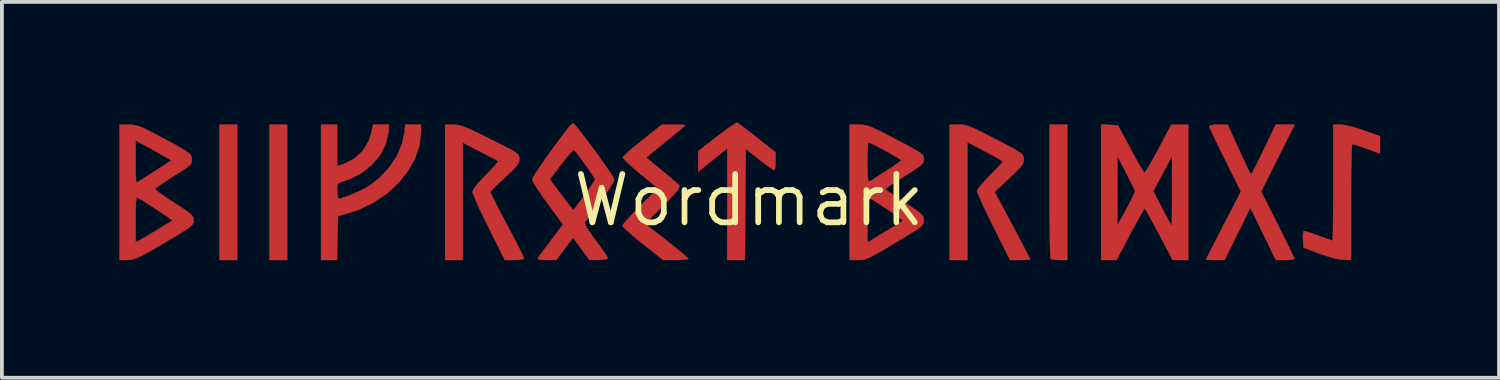
<source format=kicad_pcb>
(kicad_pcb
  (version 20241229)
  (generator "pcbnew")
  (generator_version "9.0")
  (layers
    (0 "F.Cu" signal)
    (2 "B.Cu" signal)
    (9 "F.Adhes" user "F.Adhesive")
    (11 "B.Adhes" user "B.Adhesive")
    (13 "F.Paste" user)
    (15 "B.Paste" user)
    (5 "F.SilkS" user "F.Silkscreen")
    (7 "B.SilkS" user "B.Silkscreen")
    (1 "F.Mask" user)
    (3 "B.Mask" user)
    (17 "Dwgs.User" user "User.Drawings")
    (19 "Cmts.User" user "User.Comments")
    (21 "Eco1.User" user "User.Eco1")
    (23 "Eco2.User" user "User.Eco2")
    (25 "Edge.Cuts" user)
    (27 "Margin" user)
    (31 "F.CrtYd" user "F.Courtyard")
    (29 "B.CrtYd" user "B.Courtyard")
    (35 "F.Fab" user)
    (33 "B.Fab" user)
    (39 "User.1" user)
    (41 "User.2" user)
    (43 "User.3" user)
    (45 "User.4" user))
  (footprint "Wordmark"
    (layer "F.Cu")
    (at 16.621 2.209)
    (property "Reference" "Wordmark" (at 0 0 0) (layer "F.SilkS") (effects (font (size 1.27 1.27) (thickness 0.15))))
    (attr through_hole)
    (fp_poly (pts (xy -13.441 1.569) (xy -13.907 1.569) (xy -13.907 -1.987) (xy -13.441 -1.987) (xy -13.441 1.569)) (stroke (width 0.01) (type solid)) (fill yes) (layer "F.Cu"))
    (fp_poly (pts (xy -12.129 1.569) (xy -12.595 1.569) (xy -12.595 -1.987) (xy -12.129 -1.987) (xy -12.129 1.569)) (stroke (width 0.01) (type solid)) (fill yes) (layer "F.Cu"))
    (fp_poly (pts (xy 8.36 1.569) (xy 8.156 1.569) (xy 8.03 1.564) (xy 7.943 1.55) (xy 7.923 1.541) (xy 7.917 1.494) (xy 7.911 1.371) (xy 7.906 1.182) (xy 7.902 0.935) (xy 7.898 0.639) (xy 7.896 0.304) (xy 7.895 -0.062) (xy 7.895 -0.237) (xy 7.895 -1.987) (xy 8.36 -1.987) (xy 8.36 1.569)) (stroke (width 0.01) (type solid)) (fill yes) (layer "F.Cu"))
    (fp_poly (pts (xy -0.27 -2.011) (xy -0.171 -1.939) (xy -0.032 -1.833) (xy 0.135 -1.703) (xy 0.211 -1.643) (xy 0.698 -1.257) (xy 0.698 -1.036) (xy 0.693 -0.906) (xy 0.682 -0.815) (xy 0.672 -0.79) (xy 0.631 -0.804) (xy 0.539 -0.863) (xy 0.41 -0.957) (xy 0.281 -1.058) (xy -0.085 -1.352) (xy -0.096 0.108) (xy -0.107 1.569) (xy -0.572 1.569) (xy -0.572 -1.362) (xy -0.762 -1.209) (xy -0.914 -1.087) (xy -1.078 -0.955) (xy -1.143 -0.902) (xy -1.334 -0.749) (xy -1.334 -1.289) (xy -0.844 -1.669) (xy -0.668 -1.803) (xy -0.515 -1.915) (xy -0.397 -1.996) (xy -0.327 -2.037) (xy -0.315 -2.04) (xy -0.27 -2.011)) (stroke (width 0.01) (type solid)) (fill yes) (layer "F.Cu"))
    (fp_poly (pts (xy 15.663 -1.971) (xy 15.847 -1.928) (xy 16.059 -1.864) (xy 16.146 -1.833) (xy 16.573 -1.68) (xy 16.573 -1.226) (xy 16.226 -1.352) (xy 16.066 -1.409) (xy 15.937 -1.453) (xy 15.858 -1.476) (xy 15.845 -1.479) (xy 15.837 -1.438) (xy 15.83 -1.322) (xy 15.824 -1.14) (xy 15.818 -0.902) (xy 15.814 -0.617) (xy 15.812 -0.295) (xy 15.811 0.045) (xy 15.811 1.569) (xy 15.61 1.565) (xy 15.465 1.545) (xy 15.267 1.495) (xy 15.041 1.421) (xy 14.986 1.401) (xy 14.562 1.242) (xy 14.549 1.025) (xy 14.549 0.899) (xy 14.564 0.821) (xy 14.578 0.807) (xy 14.635 0.821) (xy 14.749 0.858) (xy 14.901 0.911) (xy 14.964 0.934) (xy 15.121 0.991) (xy 15.245 1.035) (xy 15.317 1.059) (xy 15.327 1.061) (xy 15.331 1.021) (xy 15.335 0.905) (xy 15.339 0.723) (xy 15.341 0.485) (xy 15.344 0.2) (xy 15.345 -0.123) (xy 15.345 -0.463) (xy 15.345 -1.987) (xy 15.533 -1.987) (xy 15.663 -1.971)) (stroke (width 0.01) (type solid)) (fill yes) (layer "F.Cu"))
    (fp_poly (pts (xy -10.817 -0.89) (xy -10.645 -0.95) (xy -10.37 -1.089) (xy -10.151 -1.289) (xy -9.994 -1.541) (xy -9.923 -1.757) (xy -9.872 -1.987) (xy -9.45 -1.987) (xy -9.474 -1.76) (xy -9.545 -1.463) (xy -9.691 -1.183) (xy -9.902 -0.932) (xy -10.167 -0.721) (xy -10.476 -0.559) (xy -10.637 -0.503) (xy -10.744 -0.467) (xy -10.797 -0.425) (xy -10.815 -0.349) (xy -10.817 -0.244) (xy -10.809 -0.126) (xy -10.79 -0.052) (xy -10.776 -0.039) (xy -10.689 -0.057) (xy -10.551 -0.105) (xy -10.384 -0.171) (xy -10.213 -0.248) (xy -10.061 -0.325) (xy -9.978 -0.373) (xy -9.691 -0.597) (xy -9.443 -0.867) (xy -9.246 -1.168) (xy -9.112 -1.482) (xy -9.056 -1.741) (xy -9.028 -1.987) (xy -8.615 -1.987) (xy -8.615 -1.779) (xy -8.656 -1.432) (xy -8.774 -1.09) (xy -8.96 -0.762) (xy -9.207 -0.455) (xy -9.506 -0.18) (xy -9.85 0.055) (xy -10.23 0.24) (xy -10.529 0.341) (xy -10.796 0.414) (xy -10.819 1.569) (xy -11.24 1.569) (xy -11.24 -1.987) (xy -10.817 -1.987) (xy -10.817 -0.89)) (stroke (width 0.01) (type solid)) (fill yes) (layer "F.Cu"))
    (fp_poly (pts (xy 13.451 -0.23) (xy 13.888 0.638) (xy 14.013 0.887) (xy 14.124 1.111) (xy 14.216 1.299) (xy 14.283 1.439) (xy 14.321 1.521) (xy 14.327 1.538) (xy 14.29 1.555) (xy 14.191 1.566) (xy 14.083 1.569) (xy 13.837 1.569) (xy 13.502 0.881) (xy 13.168 0.194) (xy 12.491 1.569) (xy 12.246 1.569) (xy 12.115 1.568) (xy 12.026 1.563) (xy 12.001 1.558) (xy 12.02 1.519) (xy 12.072 1.416) (xy 12.152 1.258) (xy 12.256 1.057) (xy 12.377 0.822) (xy 12.461 0.659) (xy 12.921 -0.23) (xy 12.504 -1.066) (xy 12.382 -1.311) (xy 12.274 -1.532) (xy 12.186 -1.716) (xy 12.122 -1.853) (xy 12.089 -1.931) (xy 12.086 -1.944) (xy 12.124 -1.967) (xy 12.225 -1.982) (xy 12.329 -1.986) (xy 12.572 -1.986) (xy 12.869 -1.332) (xy 12.967 -1.116) (xy 13.055 -0.931) (xy 13.124 -0.788) (xy 13.171 -0.7) (xy 13.186 -0.677) (xy 13.211 -0.714) (xy 13.265 -0.814) (xy 13.343 -0.966) (xy 13.437 -1.158) (xy 13.522 -1.332) (xy 13.836 -1.987) (xy 14.33 -1.987) (xy 13.451 -0.23)) (stroke (width 0.01) (type solid)) (fill yes) (layer "F.Cu"))
    (fp_poly (pts (xy 5.595 -1.984) (xy 5.68 -1.971) (xy 5.775 -1.944) (xy 5.893 -1.897) (xy 6.047 -1.824) (xy 6.251 -1.721) (xy 6.48 -1.602) (xy 6.733 -1.47) (xy 6.92 -1.371) (xy 7.051 -1.296) (xy 7.137 -1.239) (xy 7.186 -1.194) (xy 7.21 -1.152) (xy 7.217 -1.108) (xy 7.217 -1.077) (xy 7.21 -1.01) (xy 7.182 -0.943) (xy 7.123 -0.863) (xy 7.022 -0.757) (xy 6.869 -0.611) (xy 6.834 -0.578) (xy 6.451 -0.22) (xy 6.919 0.657) (xy 7.051 0.905) (xy 7.168 1.128) (xy 7.266 1.314) (xy 7.338 1.453) (xy 7.379 1.535) (xy 7.387 1.552) (xy 7.348 1.561) (xy 7.248 1.567) (xy 7.122 1.569) (xy 6.857 1.569) (xy 6.423 0.701) (xy 6.299 0.449) (xy 6.188 0.219) (xy 6.097 0.023) (xy 6.031 -0.127) (xy 5.995 -0.22) (xy 5.99 -0.242) (xy 6.018 -0.3) (xy 6.096 -0.402) (xy 6.211 -0.532) (xy 6.328 -0.653) (xy 6.463 -0.789) (xy 6.573 -0.904) (xy 6.645 -0.983) (xy 6.667 -1.014) (xy 6.632 -1.041) (xy 6.536 -1.1) (xy 6.393 -1.18) (xy 6.218 -1.274) (xy 6.201 -1.282) (xy 5.736 -1.527) (xy 5.736 1.569) (xy 5.27 1.569) (xy 5.27 -1.987) (xy 5.507 -1.987) (xy 5.595 -1.984)) (stroke (width 0.01) (type solid)) (fill yes) (layer "F.Cu"))
    (fp_poly (pts (xy -1.831 -1.984) (xy -1.722 -1.979) (xy -1.673 -1.971) (xy -1.673 -1.97) (xy -1.704 -1.939) (xy -1.79 -1.865) (xy -1.92 -1.757) (xy -2.082 -1.625) (xy -2.181 -1.546) (xy -2.356 -1.404) (xy -2.505 -1.282) (xy -2.616 -1.189) (xy -2.679 -1.134) (xy -2.689 -1.123) (xy -2.658 -1.092) (xy -2.574 -1.019) (xy -2.449 -0.915) (xy -2.297 -0.79) (xy -2.292 -0.786) (xy -2.132 -0.654) (xy -1.993 -0.537) (xy -1.891 -0.446) (xy -1.84 -0.397) (xy -1.826 -0.365) (xy -1.838 -0.32) (xy -1.882 -0.253) (xy -1.967 -0.155) (xy -2.099 -0.017) (xy -2.257 0.143) (xy -2.729 0.617) (xy -2.16 1.061) (xy -1.973 1.209) (xy -1.812 1.34) (xy -1.687 1.445) (xy -1.61 1.514) (xy -1.589 1.538) (xy -1.628 1.552) (xy -1.731 1.564) (xy -1.878 1.569) (xy -1.922 1.569) (xy -2.256 1.569) (xy -2.79 1.146) (xy -2.971 1) (xy -3.125 0.869) (xy -3.242 0.763) (xy -3.311 0.693) (xy -3.324 0.671) (xy -3.295 0.624) (xy -3.216 0.53) (xy -3.098 0.399) (xy -2.95 0.244) (xy -2.859 0.152) (xy -2.395 -0.315) (xy -2.859 -0.696) (xy -3.025 -0.836) (xy -3.163 -0.96) (xy -3.262 -1.058) (xy -3.311 -1.119) (xy -3.313 -1.129) (xy -3.278 -1.172) (xy -3.187 -1.257) (xy -3.053 -1.373) (xy -2.888 -1.509) (xy -2.795 -1.583) (xy -2.287 -1.985) (xy -1.98 -1.986) (xy -1.831 -1.984)) (stroke (width 0.01) (type solid)) (fill yes) (layer "F.Cu"))
    (fp_poly (pts (xy -7.685 -1.982) (xy -7.595 -1.965) (xy -7.487 -1.93) (xy -7.348 -1.873) (xy -7.165 -1.788) (xy -6.925 -1.671) (xy -6.795 -1.605) (xy -6.537 -1.476) (xy -6.345 -1.378) (xy -6.209 -1.304) (xy -6.12 -1.248) (xy -6.067 -1.203) (xy -6.042 -1.163) (xy -6.034 -1.12) (xy -6.033 -1.084) (xy -6.04 -1.017) (xy -6.069 -0.951) (xy -6.129 -0.872) (xy -6.231 -0.766) (xy -6.385 -0.621) (xy -6.414 -0.594) (xy -6.561 -0.457) (xy -6.681 -0.34) (xy -6.763 -0.255) (xy -6.795 -0.213) (xy -6.795 -0.213) (xy -6.776 -0.168) (xy -6.722 -0.059) (xy -6.64 0.102) (xy -6.535 0.304) (xy -6.413 0.537) (xy -6.351 0.654) (xy -6.222 0.898) (xy -6.108 1.117) (xy -6.014 1.3) (xy -5.946 1.437) (xy -5.91 1.516) (xy -5.906 1.529) (xy -5.944 1.55) (xy -6.044 1.565) (xy -6.16 1.569) (xy -6.414 1.569) (xy -6.837 0.723) (xy -6.96 0.473) (xy -7.07 0.243) (xy -7.159 0.046) (xy -7.223 -0.105) (xy -7.257 -0.198) (xy -7.261 -0.218) (xy -7.227 -0.3) (xy -7.129 -0.431) (xy -6.967 -0.607) (xy -6.914 -0.662) (xy -6.779 -0.799) (xy -6.672 -0.914) (xy -6.604 -0.994) (xy -6.586 -1.026) (xy -6.628 -1.051) (xy -6.731 -1.106) (xy -6.879 -1.184) (xy -7.056 -1.276) (xy -7.06 -1.278) (xy -7.515 -1.513) (xy -7.515 1.569) (xy -7.98 1.569) (xy -7.98 -1.987) (xy -7.768 -1.987) (xy -7.685 -1.982)) (stroke (width 0.01) (type solid)) (fill yes) (layer "F.Cu"))
    (fp_poly (pts (xy 9.47 -1.978) (xy 9.69 -1.966) (xy 10.019 -1.352) (xy 10.131 -1.146) (xy 10.231 -0.968) (xy 10.312 -0.83) (xy 10.367 -0.746) (xy 10.385 -0.726) (xy 10.416 -0.758) (xy 10.478 -0.853) (xy 10.564 -0.999) (xy 10.668 -1.185) (xy 10.756 -1.35) (xy 11.091 -1.985) (xy 11.535 -1.987) (xy 11.535 1.569) (xy 11.128 1.569) (xy 10.771 0.893) (xy 10.655 0.677) (xy 10.553 0.489) (xy 10.471 0.342) (xy 10.415 0.247) (xy 10.392 0.216) (xy 10.367 0.252) (xy 10.308 0.35) (xy 10.224 0.5) (xy 10.12 0.69) (xy 10.011 0.892) (xy 9.652 1.569) (xy 9.45 1.569) (xy 9.249 1.569) (xy 9.249 0.659) (xy 9.674 0.659) (xy 9.783 0.469) (xy 9.865 0.321) (xy 9.959 0.145) (xy 10.015 0.036) (xy 10.079 -0.094) (xy 10.123 -0.194) (xy 10.138 -0.239) (xy 10.619 -0.239) (xy 10.855 0.22) (xy 10.946 0.396) (xy 11.023 0.541) (xy 11.077 0.64) (xy 11.101 0.68) (xy 11.101 0.68) (xy 11.104 0.64) (xy 11.107 0.527) (xy 11.109 0.354) (xy 11.111 0.133) (xy 11.111 -0.125) (xy 11.111 -0.24) (xy 11.111 -1.161) (xy 10.865 -0.7) (xy 10.619 -0.239) (xy 10.138 -0.239) (xy 10.138 -0.239) (xy 10.119 -0.288) (xy 10.069 -0.395) (xy 9.994 -0.545) (xy 9.906 -0.717) (xy 9.676 -1.161) (xy 9.675 -0.251) (xy 9.674 0.659) (xy 9.249 0.659) (xy 9.249 -1.991) (xy 9.47 -1.978)) (stroke (width 0.01) (type solid)) (fill yes) (layer "F.Cu"))
    (fp_poly (pts (xy -4.588 -1.995) (xy -4.511 -1.906) (xy -4.403 -1.772) (xy -4.275 -1.604) (xy -4.134 -1.416) (xy -3.99 -1.22) (xy -3.852 -1.027) (xy -3.728 -0.85) (xy -3.628 -0.702) (xy -3.561 -0.595) (xy -3.535 -0.54) (xy -3.535 -0.539) (xy -3.56 -0.478) (xy -3.627 -0.365) (xy -3.728 -0.213) (xy -3.854 -0.037) (xy -3.908 0.036) (xy -4.043 0.216) (xy -4.16 0.374) (xy -4.251 0.497) (xy -4.304 0.571) (xy -4.313 0.584) (xy -4.301 0.64) (xy -4.24 0.752) (xy -4.133 0.91) (xy -4.024 1.059) (xy -3.902 1.223) (xy -3.802 1.365) (xy -3.733 1.47) (xy -3.705 1.523) (xy -3.705 1.525) (xy -3.744 1.55) (xy -3.849 1.565) (xy -3.948 1.568) (xy -4.191 1.566) (xy -4.406 1.274) (xy -4.621 0.981) (xy -5.061 1.569) (xy -5.316 1.569) (xy -5.461 1.565) (xy -5.533 1.55) (xy -5.544 1.522) (xy -5.541 1.516) (xy -5.504 1.463) (xy -5.427 1.358) (xy -5.322 1.216) (xy -5.199 1.052) (xy -5.197 1.049) (xy -4.884 0.635) (xy -5.289 0.085) (xy -5.427 -0.107) (xy -5.545 -0.28) (xy -5.633 -0.422) (xy -5.685 -0.518) (xy -5.694 -0.547) (xy -5.23 -0.547) (xy -4.928 -0.145) (xy -4.81 0.011) (xy -4.711 0.139) (xy -4.642 0.225) (xy -4.614 0.257) (xy -4.585 0.225) (xy -4.518 0.138) (xy -4.422 0.01) (xy -4.323 -0.125) (xy -4.21 -0.282) (xy -4.12 -0.416) (xy -4.061 -0.512) (xy -4.043 -0.551) (xy -4.067 -0.596) (xy -4.129 -0.692) (xy -4.218 -0.822) (xy -4.322 -0.967) (xy -4.428 -1.11) (xy -4.523 -1.235) (xy -4.594 -1.322) (xy -4.629 -1.303) (xy -4.702 -1.228) (xy -4.804 -1.108) (xy -4.924 -0.955) (xy -4.927 -0.951) (xy -5.23 -0.547) (xy -5.694 -0.547) (xy -5.694 -0.549) (xy -5.67 -0.602) (xy -5.605 -0.71) (xy -5.507 -0.858) (xy -5.385 -1.035) (xy -5.248 -1.228) (xy -5.106 -1.424) (xy -4.967 -1.612) (xy -4.84 -1.779) (xy -4.735 -1.912) (xy -4.66 -1.999) (xy -4.626 -2.027) (xy -4.588 -1.995)) (stroke (width 0.01) (type solid)) (fill yes) (layer "F.Cu"))
    (fp_poly (pts (xy -16.288 -1.985) (xy -16.197 -1.981) (xy -16.11 -1.968) (xy -16.016 -1.941) (xy -15.9 -1.893) (xy -15.747 -1.819) (xy -15.546 -1.714) (xy -15.346 -1.607) (xy -15.102 -1.476) (xy -14.922 -1.376) (xy -14.797 -1.301) (xy -14.716 -1.244) (xy -14.669 -1.197) (xy -14.646 -1.152) (xy -14.637 -1.103) (xy -14.635 -1.086) (xy -14.632 -1.026) (xy -14.644 -0.977) (xy -14.68 -0.927) (xy -14.752 -0.867) (xy -14.871 -0.786) (xy -15.047 -0.674) (xy -15.111 -0.633) (xy -15.29 -0.519) (xy -15.439 -0.419) (xy -15.546 -0.342) (xy -15.598 -0.298) (xy -15.6 -0.292) (xy -15.567 -0.258) (xy -15.474 -0.189) (xy -15.335 -0.092) (xy -15.163 0.023) (xy -15.092 0.068) (xy -14.892 0.198) (xy -14.752 0.294) (xy -14.662 0.364) (xy -14.612 0.42) (xy -14.59 0.47) (xy -14.584 0.526) (xy -14.584 0.528) (xy -14.587 0.575) (xy -14.603 0.617) (xy -14.64 0.663) (xy -14.708 0.719) (xy -14.815 0.792) (xy -14.972 0.89) (xy -15.187 1.019) (xy -15.35 1.116) (xy -15.611 1.269) (xy -15.811 1.383) (xy -15.962 1.465) (xy -16.077 1.518) (xy -16.166 1.55) (xy -16.243 1.565) (xy -16.319 1.569) (xy -16.324 1.569) (xy -16.532 1.569) (xy -16.532 0.512) (xy -16.108 0.512) (xy -16.108 1.107) (xy -16.015 1.057) (xy -15.941 1.015) (xy -15.814 0.94) (xy -15.655 0.845) (xy -15.539 0.776) (xy -15.381 0.679) (xy -15.252 0.601) (xy -15.168 0.549) (xy -15.144 0.533) (xy -15.172 0.508) (xy -15.256 0.447) (xy -15.38 0.363) (xy -15.529 0.264) (xy -15.686 0.161) (xy -15.835 0.065) (xy -15.962 -0.014) (xy -16.05 -0.066) (xy -16.083 -0.082) (xy -16.092 -0.042) (xy -16.1 0.067) (xy -16.105 0.231) (xy -16.108 0.434) (xy -16.108 0.512) (xy -16.532 0.512) (xy -16.532 -1.016) (xy -16.108 -1.016) (xy -16.107 -0.811) (xy -16.103 -0.64) (xy -16.098 -0.519) (xy -16.091 -0.464) (xy -16.09 -0.463) (xy -16.049 -0.484) (xy -15.952 -0.544) (xy -15.811 -0.632) (xy -15.643 -0.74) (xy -15.621 -0.754) (xy -15.171 -1.045) (xy -15.311 -1.129) (xy -15.415 -1.188) (xy -15.565 -1.273) (xy -15.734 -1.366) (xy -15.78 -1.391) (xy -16.108 -1.569) (xy -16.108 -1.016) (xy -16.532 -1.016) (xy -16.532 -1.987) (xy -16.288 -1.985)) (stroke (width 0.01) (type solid)) (fill yes) (layer "F.Cu"))
    (fp_poly (pts (xy 2.972 -1.984) (xy 3.057 -1.972) (xy 3.15 -1.945) (xy 3.266 -1.898) (xy 3.418 -1.827) (xy 3.619 -1.725) (xy 3.858 -1.6) (xy 4.11 -1.467) (xy 4.296 -1.366) (xy 4.427 -1.291) (xy 4.513 -1.233) (xy 4.562 -1.188) (xy 4.585 -1.146) (xy 4.592 -1.102) (xy 4.593 -1.081) (xy 4.588 -1.026) (xy 4.566 -0.976) (xy 4.517 -0.922) (xy 4.428 -0.854) (xy 4.29 -0.761) (xy 4.09 -0.635) (xy 4.085 -0.632) (xy 3.903 -0.517) (xy 3.75 -0.417) (xy 3.638 -0.342) (xy 3.581 -0.299) (xy 3.577 -0.294) (xy 3.611 -0.264) (xy 3.703 -0.198) (xy 3.841 -0.104) (xy 4.013 0.01) (xy 4.085 0.057) (xy 4.285 0.187) (xy 4.424 0.282) (xy 4.513 0.353) (xy 4.564 0.408) (xy 4.587 0.459) (xy 4.593 0.515) (xy 4.593 0.528) (xy 4.59 0.577) (xy 4.577 0.62) (xy 4.544 0.665) (xy 4.481 0.719) (xy 4.38 0.79) (xy 4.231 0.884) (xy 4.025 1.009) (xy 3.839 1.12) (xy 3.584 1.272) (xy 3.388 1.385) (xy 3.24 1.465) (xy 3.128 1.519) (xy 3.039 1.55) (xy 2.962 1.565) (xy 2.885 1.569) (xy 2.866 1.569) (xy 2.645 1.569) (xy 2.645 1.113) (xy 3.111 1.113) (xy 3.206 1.053) (xy 3.283 1.005) (xy 3.411 0.927) (xy 3.57 0.831) (xy 3.672 0.77) (xy 3.826 0.676) (xy 3.949 0.598) (xy 4.025 0.546) (xy 4.042 0.53) (xy 4.01 0.501) (xy 3.922 0.438) (xy 3.797 0.351) (xy 3.652 0.251) (xy 3.501 0.151) (xy 3.363 0.062) (xy 3.255 -0.006) (xy 3.206 -0.034) (xy 3.111 -0.085) (xy 3.111 1.113) (xy 2.645 1.113) (xy 2.645 -0.99) (xy 3.111 -0.99) (xy 3.113 -0.765) (xy 3.118 -0.615) (xy 3.129 -0.527) (xy 3.146 -0.491) (xy 3.167 -0.492) (xy 3.224 -0.528) (xy 3.335 -0.599) (xy 3.483 -0.693) (xy 3.611 -0.775) (xy 3.769 -0.878) (xy 3.895 -0.965) (xy 3.977 -1.027) (xy 4 -1.05) (xy 3.965 -1.078) (xy 3.873 -1.134) (xy 3.742 -1.209) (xy 3.591 -1.294) (xy 3.436 -1.377) (xy 3.297 -1.449) (xy 3.192 -1.5) (xy 3.139 -1.521) (xy 3.138 -1.521) (xy 3.128 -1.481) (xy 3.119 -1.373) (xy 3.113 -1.212) (xy 3.111 -1.014) (xy 3.111 -0.99) (xy 2.645 -0.99) (xy 2.645 -1.987) (xy 2.884 -1.987) (xy 2.972 -1.984)) (stroke (width 0.01) (type solid)) (fill yes) (layer "F.Cu"))
    (fp_poly (pts (xy -13.357 1.654) (xy -13.992 1.654) (xy -13.992 -2.071) (xy -13.357 -2.071) (xy -13.357 1.654)) (stroke (width 0.01) (type solid)) (fill yes) (layer "F.Mask"))
    (fp_poly (pts (xy -12.002 1.654) (xy -12.679 1.654) (xy -12.679 -2.071) (xy -12.002 -2.071) (xy -12.002 1.654)) (stroke (width 0.01) (type solid)) (fill yes) (layer "F.Mask"))
    (fp_poly (pts (xy 8.487 1.654) (xy 7.81 1.654) (xy 7.81 -2.071) (xy 8.487 -2.071) (xy 8.487 1.654)) (stroke (width 0.01) (type solid)) (fill yes) (layer "F.Mask"))
    (fp_poly (pts (xy 15.546 -2.068) (xy 15.725 -2.056) (xy 15.906 -2.021) (xy 16.12 -1.956) (xy 16.256 -1.908) (xy 16.679 -1.752) (xy 16.691 -1.425) (xy 16.694 -1.271) (xy 16.69 -1.156) (xy 16.68 -1.1) (xy 16.677 -1.098) (xy 16.628 -1.111) (xy 16.519 -1.146) (xy 16.369 -1.197) (xy 16.291 -1.225) (xy 16.13 -1.281) (xy 16.002 -1.324) (xy 15.926 -1.349) (xy 15.913 -1.352) (xy 15.909 -1.311) (xy 15.906 -1.195) (xy 15.902 -1.013) (xy 15.899 -0.776) (xy 15.897 -0.492) (xy 15.896 -0.17) (xy 15.896 0.151) (xy 15.896 1.654) (xy 15.631 1.651) (xy 15.469 1.639) (xy 15.295 1.604) (xy 15.086 1.54) (xy 14.911 1.477) (xy 14.456 1.306) (xy 14.456 0.64) (xy 15.261 0.931) (xy 15.261 -2.071) (xy 15.546 -2.068)) (stroke (width 0.01) (type solid)) (fill yes) (layer "F.Mask"))
    (fp_poly (pts (xy 0.228 -1.767) (xy 0.778 -1.331) (xy 0.78 -0.96) (xy 0.778 -0.795) (xy 0.77 -0.668) (xy 0.757 -0.598) (xy 0.751 -0.59) (xy 0.706 -0.615) (xy 0.611 -0.682) (xy 0.481 -0.78) (xy 0.371 -0.865) (xy 0.225 -0.979) (xy 0.105 -1.069) (xy 0.025 -1.126) (xy 0.000459 -1.14) (xy -0.005 -1.099) (xy -0.01 -0.984) (xy -0.014 -0.803) (xy -0.017 -0.568) (xy -0.02 -0.287) (xy -0.021 0.029) (xy -0.022 0.257) (xy -0.022 1.654) (xy -0.656 1.654) (xy -0.678 -1.138) (xy -1.026 -0.864) (xy -1.172 -0.751) (xy -1.292 -0.66) (xy -1.372 -0.604) (xy -1.397 -0.59) (xy -1.406 -0.629) (xy -1.414 -0.734) (xy -1.418 -0.885) (xy -1.419 -0.964) (xy -1.419 -1.337) (xy -1.26 -1.464) (xy -1.161 -1.543) (xy -1.017 -1.657) (xy -0.848 -1.79) (xy -0.712 -1.897) (xy -0.323 -2.204) (xy 0.228 -1.767)) (stroke (width 0.01) (type solid)) (fill yes) (layer "F.Mask"))
    (fp_poly (pts (xy 12.917 -1.489) (xy 13.194 -0.907) (xy 13.487 -1.489) (xy 13.78 -2.071) (xy 14.502 -2.071) (xy 14.027 -1.153) (xy 13.552 -0.234) (xy 14.025 0.684) (xy 14.156 0.939) (xy 14.274 1.169) (xy 14.372 1.364) (xy 14.445 1.512) (xy 14.489 1.603) (xy 14.499 1.627) (xy 14.46 1.639) (xy 14.355 1.647) (xy 14.204 1.651) (xy 14.128 1.651) (xy 13.758 1.649) (xy 13.162 0.416) (xy 12.867 1.034) (xy 12.572 1.652) (xy 12.223 1.653) (xy 12.063 1.65) (xy 11.942 1.639) (xy 11.879 1.625) (xy 11.874 1.619) (xy 11.893 1.573) (xy 11.945 1.463) (xy 12.026 1.299) (xy 12.131 1.093) (xy 12.253 0.854) (xy 12.344 0.677) (xy 12.815 -0.23) (xy 12.366 -1.13) (xy 12.24 -1.383) (xy 12.127 -1.611) (xy 12.034 -1.801) (xy 11.964 -1.945) (xy 11.924 -2.031) (xy 11.916 -2.05) (xy 11.955 -2.06) (xy 12.06 -2.067) (xy 12.21 -2.071) (xy 12.278 -2.071) (xy 12.639 -2.071) (xy 12.917 -1.489)) (stroke (width 0.01) (type solid)) (fill yes) (layer "F.Mask"))
    (fp_poly (pts (xy 5.492 -2.07) (xy 5.598 -2.069) (xy 5.688 -2.062) (xy 5.777 -2.044) (xy 5.876 -2.012) (xy 6.001 -1.959) (xy 6.164 -1.88) (xy 6.38 -1.771) (xy 6.561 -1.678) (xy 7.323 -1.288) (xy 7.337 -1.1) (xy 7.34 -1.02) (xy 7.332 -0.955) (xy 7.302 -0.892) (xy 7.24 -0.816) (xy 7.137 -0.711) (xy 6.983 -0.565) (xy 6.967 -0.549) (xy 6.583 -0.188) (xy 7.07 0.721) (xy 7.204 0.973) (xy 7.325 1.199) (xy 7.426 1.389) (xy 7.501 1.533) (xy 7.546 1.62) (xy 7.556 1.641) (xy 7.517 1.647) (xy 7.412 1.651) (xy 7.26 1.654) (xy 7.175 1.654) (xy 6.794 1.654) (xy 6.35 0.765) (xy 6.223 0.507) (xy 6.11 0.269) (xy 6.017 0.062) (xy 5.949 -0.101) (xy 5.911 -0.208) (xy 5.905 -0.239) (xy 5.922 -0.313) (xy 5.979 -0.407) (xy 6.085 -0.532) (xy 6.221 -0.673) (xy 6.537 -0.992) (xy 6.2 -1.174) (xy 5.863 -1.355) (xy 5.863 1.654) (xy 5.185 1.654) (xy 5.185 -2.071) (xy 5.492 -2.07)) (stroke (width 0.01) (type solid)) (fill yes) (layer "F.Mask"))
    (fp_poly (pts (xy 9.95 -1.701) (xy 10.053 -1.51) (xy 10.159 -1.317) (xy 10.249 -1.154) (xy 10.276 -1.104) (xy 10.403 -0.878) (xy 10.718 -1.474) (xy 11.032 -2.071) (xy 11.62 -2.071) (xy 11.62 1.658) (xy 11.339 1.645) (xy 11.057 1.633) (xy 10.735 1.03) (xy 10.626 0.827) (xy 10.529 0.653) (xy 10.454 0.521) (xy 10.406 0.443) (xy 10.392 0.428) (xy 10.366 0.463) (xy 10.309 0.562) (xy 10.226 0.71) (xy 10.125 0.895) (xy 10.054 1.031) (xy 9.736 1.633) (xy 9.45 1.645) (xy 9.165 1.658) (xy 9.165 -0.696) (xy 9.801 -0.696) (xy 9.802 -0.23) (xy 9.804 0.236) (xy 9.927 -0.003) (xy 10.045 -0.232) (xy 10.741 -0.232) (xy 10.851 -0.009) (xy 10.911 0.11) (xy 10.956 0.191) (xy 10.973 0.215) (xy 10.977 0.175) (xy 10.981 0.068) (xy 10.983 -0.089) (xy 10.983 -0.24) (xy 10.981 -0.696) (xy 10.861 -0.464) (xy 10.741 -0.232) (xy 10.045 -0.232) (xy 10.051 -0.243) (xy 9.801 -0.696) (xy 9.165 -0.696) (xy 9.165 -2.071) (xy 9.75 -2.071) (xy 9.95 -1.701)) (stroke (width 0.01) (type solid)) (fill yes) (layer "F.Mask"))
    (fp_poly (pts (xy -10.69 -1.563) (xy -10.686 -1.334) (xy -10.676 -1.169) (xy -10.66 -1.075) (xy -10.646 -1.055) (xy -10.587 -1.076) (xy -10.487 -1.13) (xy -10.435 -1.161) (xy -10.23 -1.339) (xy -10.089 -1.565) (xy -10.022 -1.825) (xy -10.021 -1.841) (xy -10.002 -2.071) (xy -9.323 -2.071) (xy -9.351 -1.839) (xy -9.433 -1.471) (xy -9.586 -1.147) (xy -9.811 -0.869) (xy -10.104 -0.64) (xy -10.362 -0.503) (xy -10.526 -0.426) (xy -10.626 -0.367) (xy -10.676 -0.316) (xy -10.69 -0.262) (xy -10.69 -0.259) (xy -10.676 -0.188) (xy -10.619 -0.181) (xy -10.594 -0.188) (xy -10.374 -0.272) (xy -10.13 -0.403) (xy -9.893 -0.56) (xy -9.733 -0.69) (xy -9.471 -0.977) (xy -9.285 -1.297) (xy -9.172 -1.659) (xy -9.155 -1.751) (xy -9.104 -2.071) (xy -8.476 -2.071) (xy -8.502 -1.758) (xy -8.579 -1.338) (xy -8.734 -0.941) (xy -8.96 -0.576) (xy -9.253 -0.251) (xy -9.606 0.028) (xy -9.938 0.217) (xy -10.121 0.3) (xy -10.305 0.374) (xy -10.457 0.425) (xy -10.479 0.431) (xy -10.69 0.485) (xy -10.69 1.654) (xy -11.325 1.654) (xy -11.325 -2.071) (xy -10.69 -2.071) (xy -10.69 -1.563)) (stroke (width 0.01) (type solid)) (fill yes) (layer "F.Mask"))
    (fp_poly (pts (xy 3.938 -1.68) (xy 4.678 -1.288) (xy 4.656 -0.873) (xy 4.233 -0.606) (xy 4.067 -0.498) (xy 3.929 -0.404) (xy 3.834 -0.334) (xy 3.797 -0.3) (xy 3.826 -0.264) (xy 3.914 -0.193) (xy 4.048 -0.096) (xy 4.215 0.016) (xy 4.252 0.04) (xy 4.72 0.342) (xy 4.72 0.711) (xy 3.933 1.182) (xy 3.146 1.654) (xy 2.561 1.654) (xy 2.561 0.512) (xy 3.196 0.512) (xy 3.196 0.941) (xy 3.354 0.845) (xy 3.491 0.761) (xy 3.647 0.666) (xy 3.7 0.634) (xy 3.887 0.519) (xy 3.594 0.333) (xy 3.451 0.242) (xy 3.332 0.166) (xy 3.258 0.12) (xy 3.249 0.114) (xy 3.224 0.118) (xy 3.208 0.173) (xy 3.199 0.289) (xy 3.196 0.478) (xy 3.196 0.512) (xy 2.561 0.512) (xy 2.561 -1.011) (xy 3.196 -1.011) (xy 3.196 -0.622) (xy 3.312 -0.698) (xy 3.414 -0.765) (xy 3.549 -0.854) (xy 3.632 -0.909) (xy 3.836 -1.045) (xy 3.547 -1.205) (xy 3.407 -1.282) (xy 3.295 -1.344) (xy 3.232 -1.379) (xy 3.227 -1.381) (xy 3.214 -1.35) (xy 3.203 -1.252) (xy 3.197 -1.104) (xy 3.196 -1.011) (xy 2.561 -1.011) (xy 2.561 -2.071) (xy 3.197 -2.071) (xy 3.938 -1.68)) (stroke (width 0.01) (type solid)) (fill yes) (layer "F.Mask"))
    (fp_poly (pts (xy -16.309 -2.071) (xy -16.203 -2.07) (xy -16.114 -2.063) (xy -16.027 -2.047) (xy -15.931 -2.014) (xy -15.81 -1.961) (xy -15.651 -1.882) (xy -15.441 -1.771) (xy -15.262 -1.676) (xy -14.521 -1.281) (xy -14.508 -1.09) (xy -14.496 -0.898) (xy -14.963 -0.606) (xy -15.137 -0.496) (xy -15.282 -0.401) (xy -15.384 -0.331) (xy -15.429 -0.295) (xy -15.43 -0.293) (xy -15.397 -0.264) (xy -15.305 -0.199) (xy -15.168 -0.107) (xy -14.999 0.003) (xy -14.964 0.024) (xy -14.498 0.321) (xy -14.509 0.531) (xy -14.521 0.741) (xy -15.283 1.197) (xy -16.045 1.652) (xy -16.331 1.653) (xy -16.616 1.654) (xy -16.616 0.933) (xy -15.981 0.933) (xy -15.653 0.736) (xy -15.507 0.648) (xy -15.392 0.578) (xy -15.324 0.537) (xy -15.313 0.53) (xy -15.341 0.506) (xy -15.425 0.446) (xy -15.552 0.362) (xy -15.641 0.306) (xy -15.981 0.089) (xy -15.981 0.933) (xy -16.616 0.933) (xy -16.616 -0.629) (xy -15.981 -0.629) (xy -15.738 -0.793) (xy -15.602 -0.883) (xy -15.485 -0.958) (xy -15.415 -1) (xy -15.385 -1.026) (xy -15.397 -1.058) (xy -15.46 -1.105) (xy -15.585 -1.175) (xy -15.658 -1.214) (xy -15.981 -1.383) (xy -15.981 -0.629) (xy -16.616 -0.629) (xy -16.616 -2.071) (xy -16.309 -2.071)) (stroke (width 0.01) (type solid)) (fill yes) (layer "F.Mask"))
    (fp_poly (pts (xy -1.663 -2.07) (xy -1.509 -2.067) (xy -1.408 -2.063) (xy -1.376 -2.058) (xy -1.408 -2.029) (xy -1.496 -1.957) (xy -1.629 -1.851) (xy -1.796 -1.719) (xy -1.945 -1.603) (xy -2.133 -1.456) (xy -2.294 -1.327) (xy -2.419 -1.224) (xy -2.497 -1.157) (xy -2.517 -1.134) (xy -2.487 -1.099) (xy -2.404 -1.021) (xy -2.28 -0.913) (xy -2.127 -0.785) (xy -2.117 -0.777) (xy -1.938 -0.626) (xy -1.818 -0.514) (xy -1.748 -0.43) (xy -1.718 -0.366) (xy -1.715 -0.339) (xy -1.733 -0.273) (xy -1.793 -0.181) (xy -1.901 -0.053) (xy -2.064 0.119) (xy -2.138 0.193) (xy -2.561 0.618) (xy -1.945 1.101) (xy -1.749 1.256) (xy -1.576 1.395) (xy -1.438 1.507) (xy -1.345 1.585) (xy -1.308 1.619) (xy -1.339 1.632) (xy -1.44 1.642) (xy -1.594 1.649) (xy -1.788 1.651) (xy -1.808 1.651) (xy -2.329 1.647) (xy -2.879 1.207) (xy -3.064 1.055) (xy -3.223 0.917) (xy -3.347 0.802) (xy -3.423 0.722) (xy -3.441 0.691) (xy -3.416 0.629) (xy -3.329 0.515) (xy -3.187 0.357) (xy -3.007 0.173) (xy -2.851 0.016) (xy -2.719 -0.121) (xy -2.621 -0.225) (xy -2.568 -0.287) (xy -2.562 -0.298) (xy -2.592 -0.333) (xy -2.677 -0.411) (xy -2.802 -0.521) (xy -2.957 -0.651) (xy -2.985 -0.674) (xy -3.176 -0.836) (xy -3.304 -0.958) (xy -3.379 -1.047) (xy -3.408 -1.111) (xy -3.408 -1.122) (xy -3.392 -1.174) (xy -3.337 -1.245) (xy -3.237 -1.342) (xy -3.083 -1.474) (xy -2.869 -1.645) (xy -2.329 -2.071) (xy -1.853 -2.071) (xy -1.663 -2.07)) (stroke (width 0.01) (type solid)) (fill yes) (layer "F.Mask"))
    (fp_poly (pts (xy -4.564 -2.163) (xy -4.486 -2.071) (xy -4.377 -1.932) (xy -4.246 -1.759) (xy -4.101 -1.564) (xy -3.95 -1.357) (xy -3.803 -1.151) (xy -3.667 -0.957) (xy -3.552 -0.788) (xy -3.466 -0.655) (xy -3.416 -0.569) (xy -3.408 -0.546) (xy -3.433 -0.483) (xy -3.5 -0.367) (xy -3.602 -0.213) (xy -3.727 -0.036) (xy -3.781 0.036) (xy -3.916 0.216) (xy -4.033 0.374) (xy -4.124 0.497) (xy -4.177 0.571) (xy -4.185 0.584) (xy -4.173 0.638) (xy -4.112 0.748) (xy -4.007 0.906) (xy -3.865 1.102) (xy -3.855 1.117) (xy -3.725 1.291) (xy -3.616 1.441) (xy -3.537 1.554) (xy -3.496 1.618) (xy -3.493 1.626) (xy -3.532 1.638) (xy -3.637 1.648) (xy -3.788 1.653) (xy -3.867 1.654) (xy -4.24 1.654) (xy -4.424 1.4) (xy -4.514 1.278) (xy -4.581 1.188) (xy -4.614 1.147) (xy -4.615 1.146) (xy -4.641 1.178) (xy -4.704 1.261) (xy -4.79 1.379) (xy -4.805 1.4) (xy -4.989 1.654) (xy -6.478 1.654) (xy -6.933 0.744) (xy -7.061 0.484) (xy -7.175 0.245) (xy -7.27 0.039) (xy -7.34 -0.123) (xy -7.38 -0.229) (xy -7.388 -0.262) (xy -7.358 -0.34) (xy -7.265 -0.457) (xy -7.106 -0.618) (xy -7.046 -0.674) (xy -6.702 -0.992) (xy -7.066 -1.171) (xy -7.43 -1.351) (xy -7.43 1.654) (xy -8.065 1.654) (xy -8.065 -2.071) (xy -7.766 -2.071) (xy -7.662 -2.07) (xy -7.573 -2.063) (xy -7.486 -2.046) (xy -7.387 -2.013) (xy -7.262 -1.959) (xy -7.097 -1.879) (xy -6.88 -1.768) (xy -6.708 -1.68) (xy -5.95 -1.288) (xy -5.949 -1.093) (xy -5.951 -1.007) (xy -5.966 -0.938) (xy -6.003 -0.869) (xy -6.073 -0.785) (xy -6.186 -0.67) (xy -6.308 -0.552) (xy -6.449 -0.416) (xy -6.563 -0.301) (xy -6.641 -0.221) (xy -6.668 -0.187) (xy -6.649 -0.142) (xy -6.596 -0.036) (xy -6.516 0.118) (xy -6.417 0.308) (xy -6.305 0.519) (xy -6.187 0.741) (xy -6.07 0.958) (xy -5.96 1.159) (xy -5.866 1.331) (xy -5.793 1.46) (xy -5.75 1.534) (xy -5.741 1.546) (xy -5.702 1.523) (xy -5.629 1.445) (xy -5.531 1.325) (xy -5.42 1.179) (xy -5.307 1.022) (xy -5.202 0.869) (xy -5.116 0.735) (xy -5.06 0.635) (xy -5.044 0.584) (xy -5.045 0.584) (xy -5.081 0.532) (xy -5.157 0.427) (xy -5.264 0.283) (xy -5.39 0.112) (xy -5.427 0.063) (xy -5.58 -0.146) (xy -5.685 -0.303) (xy -5.747 -0.418) (xy -5.776 -0.505) (xy -5.779 -0.539) (xy -5.097 -0.539) (xy -4.861 -0.225) (xy -4.758 -0.089) (xy -4.675 0.017) (xy -4.624 0.079) (xy -4.615 0.088) (xy -4.586 0.056) (xy -4.519 -0.028) (xy -4.425 -0.151) (xy -4.365 -0.23) (xy -4.126 -0.547) (xy -4.366 -0.866) (xy -4.471 -1.002) (xy -4.556 -1.105) (xy -4.61 -1.162) (xy -4.622 -1.168) (xy -4.653 -1.129) (xy -4.722 -1.038) (xy -4.817 -0.912) (xy -4.868 -0.845) (xy -5.097 -0.539) (xy -5.779 -0.539) (xy -5.779 -0.542) (xy -5.769 -0.601) (xy -5.735 -0.68) (xy -5.673 -0.789) (xy -5.575 -0.935) (xy -5.437 -1.128) (xy -5.252 -1.377) (xy -5.207 -1.438) (xy -5.04 -1.657) (xy -4.89 -1.851) (xy -4.764 -2.011) (xy -4.67 -2.126) (xy -4.614 -2.189) (xy -4.603 -2.196) (xy -4.564 -2.163)) (stroke (width 0.01) (type solid)) (fill yes) (layer "F.Mask")))
  (gr_rect
    (start -3 -3)
    (end 36.32 6.872)
    (stroke (width 0.1) (type default))
    (fill no)
    (layer "Edge.Cuts")))
</source>
